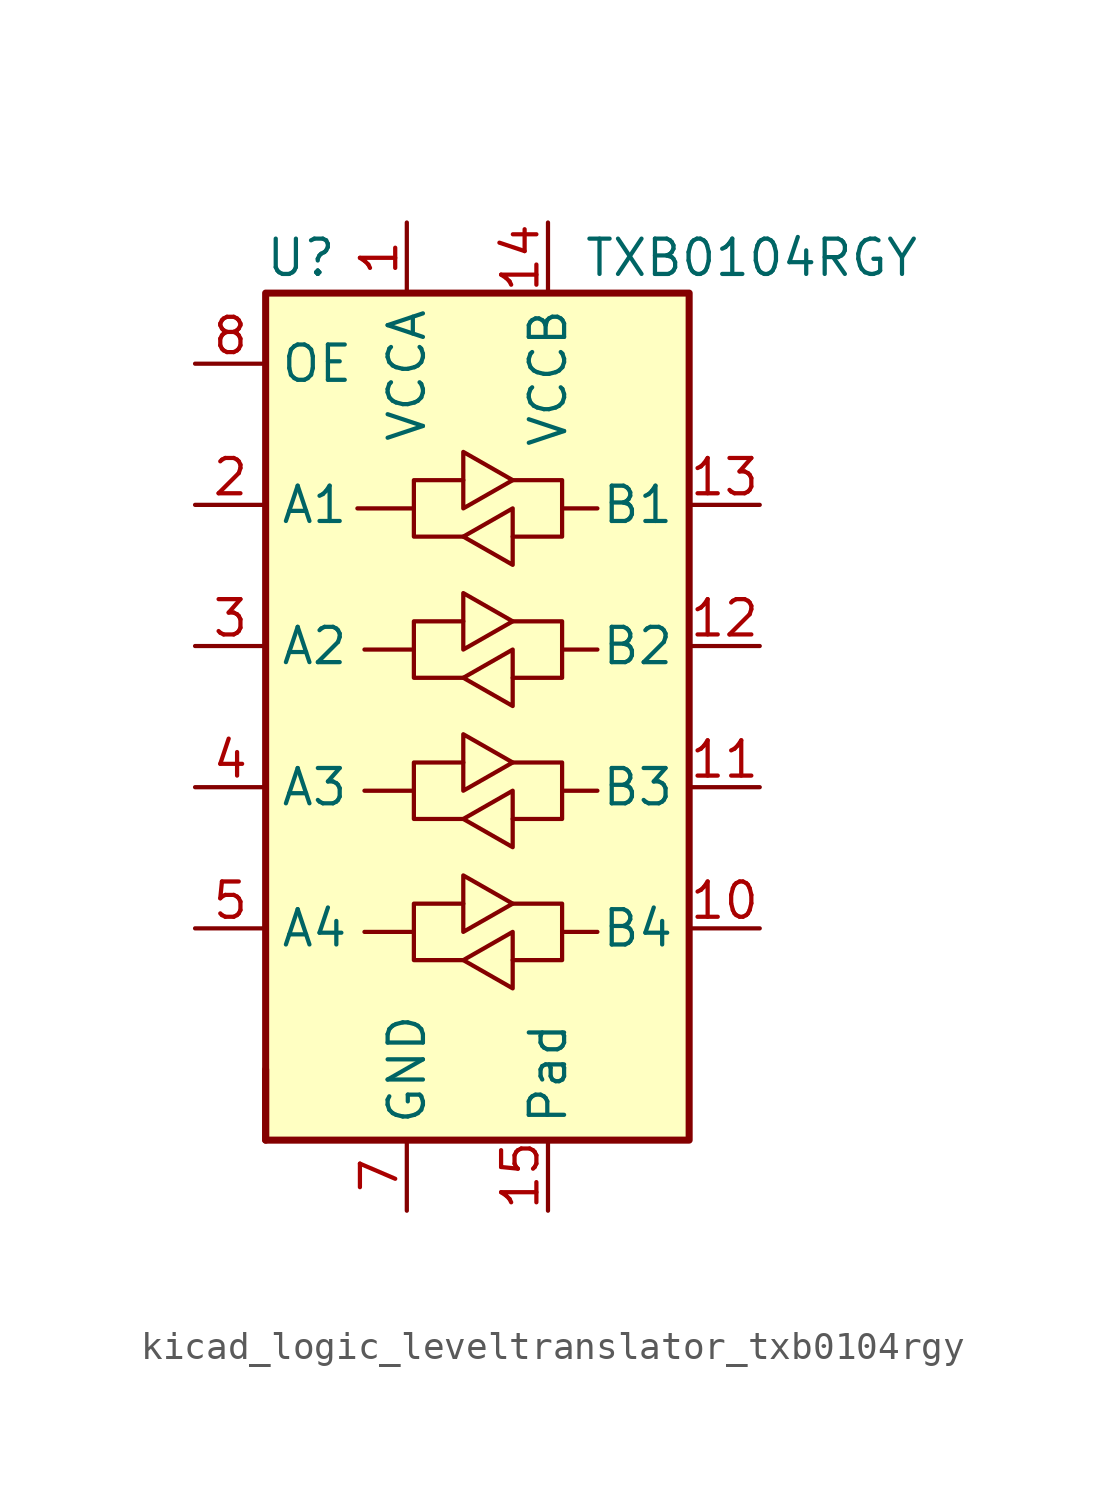
<source format=kicad_sym>
(kicad_symbol_lib
  (version 20220914)
  (generator kicad_symbol_editor)
  (symbol "kicad_logic_leveltranslator_txb0104rgy"
    (property "Reference" "U"
      (at -6.35 16.51 0)
      (effects (font (size 1.27 1.27))))
    (property "Value" "TXB0104RGY"
      (at 3.81 16.51 0)
      (effects (font (size 1.27 1.27)) (justify left)))
    (symbol "kicad_logic_leveltranslator_txb0104rgy_0_1"
      (rectangle (start -7.62 -15.24) (end -7.62 -12.7) (stroke (width 0.254) (type default)) (fill (type none)))
      (rectangle (start -7.62 15.24) (end 7.62 -15.24) (stroke (width 0.254) (type default)) (fill (type background)))
      (polyline (pts (xy -2.286 -7.747) (xy -2.286 -6.731) (xy -0.508 -6.731)) (stroke (width 0) (type default)) (fill (type none)))
      (polyline (pts (xy -2.286 -2.667) (xy -2.286 -1.651) (xy -0.508 -1.651)) (stroke (width 0) (type default)) (fill (type none)))
      (polyline (pts (xy -2.286 2.413) (xy -2.286 3.429) (xy -0.508 3.429)) (stroke (width 0) (type default)) (fill (type none)))
      (polyline (pts (xy -2.286 7.493) (xy -2.286 8.509) (xy -0.508 8.509)) (stroke (width 0) (type default)) (fill (type none)))
      (polyline (pts (xy 3.048 -7.747) (xy 3.048 -8.763) (xy 1.27 -8.763)) (stroke (width 0) (type default)) (fill (type none)))
      (polyline (pts (xy 3.048 -2.667) (xy 3.048 -3.683) (xy 1.27 -3.683)) (stroke (width 0) (type default)) (fill (type none)))
      (polyline (pts (xy 3.048 2.413) (xy 3.048 1.397) (xy 1.27 1.397)) (stroke (width 0) (type default)) (fill (type none)))
      (polyline (pts (xy 3.048 7.493) (xy 3.048 6.477) (xy 1.27 6.477)) (stroke (width 0) (type default)) (fill (type none)))
      (polyline (pts (xy -0.508 -8.763) (xy -2.286 -8.763) (xy -2.286 -7.747) (xy -4.064 -7.747)) (stroke (width 0) (type default)) (fill (type none)))
      (polyline (pts (xy -0.508 -8.763) (xy 1.27 -7.747) (xy 1.27 -9.779) (xy -0.508 -8.763)) (stroke (width 0) (type default)) (fill (type none)))
      (polyline (pts (xy -0.508 -3.683) (xy -2.286 -3.683) (xy -2.286 -2.667) (xy -4.064 -2.667)) (stroke (width 0) (type default)) (fill (type none)))
      (polyline (pts (xy -0.508 -3.683) (xy 1.27 -2.667) (xy 1.27 -4.699) (xy -0.508 -3.683)) (stroke (width 0) (type default)) (fill (type none)))
      (polyline (pts (xy -0.508 1.397) (xy -2.286 1.397) (xy -2.286 2.413) (xy -4.064 2.413)) (stroke (width 0) (type default)) (fill (type none)))
      (polyline (pts (xy -0.508 1.397) (xy 1.27 2.413) (xy 1.27 0.381) (xy -0.508 1.397)) (stroke (width 0) (type default)) (fill (type none)))
      (polyline (pts (xy -0.508 6.477) (xy -2.286 6.477) (xy -2.286 7.493) (xy -4.318 7.493)) (stroke (width 0) (type default)) (fill (type none)))
      (polyline (pts (xy -0.508 6.477) (xy 1.27 7.493) (xy 1.27 5.461) (xy -0.508 6.477)) (stroke (width 0) (type default)) (fill (type none)))
      (polyline (pts (xy 1.27 -6.731) (xy -0.508 -7.747) (xy -0.508 -5.715) (xy 1.27 -6.731)) (stroke (width 0) (type default)) (fill (type none)))
      (polyline (pts (xy 1.27 -6.731) (xy 3.048 -6.731) (xy 3.048 -7.747) (xy 4.318 -7.747)) (stroke (width 0) (type default)) (fill (type none)))
      (polyline (pts (xy 1.27 -1.651) (xy -0.508 -2.667) (xy -0.508 -0.635) (xy 1.27 -1.651)) (stroke (width 0) (type default)) (fill (type none)))
      (polyline (pts (xy 1.27 -1.651) (xy 3.048 -1.651) (xy 3.048 -2.667) (xy 4.318 -2.667)) (stroke (width 0) (type default)) (fill (type none)))
      (polyline (pts (xy 1.27 3.429) (xy -0.508 2.413) (xy -0.508 4.445) (xy 1.27 3.429)) (stroke (width 0) (type default)) (fill (type none)))
      (polyline (pts (xy 1.27 3.429) (xy 3.048 3.429) (xy 3.048 2.413) (xy 4.318 2.413)) (stroke (width 0) (type default)) (fill (type none)))
      (polyline (pts (xy 1.27 8.509) (xy -0.508 7.493) (xy -0.508 9.525) (xy 1.27 8.509)) (stroke (width 0) (type default)) (fill (type none)))
      (polyline (pts (xy 1.27 8.509) (xy 3.048 8.509) (xy 3.048 7.493) (xy 4.318 7.493)) (stroke (width 0) (type default)) (fill (type none))))
    (symbol "kicad_logic_leveltranslator_txb0104rgy_1_1"
      (pin power_in line (at -2.54 17.78 270) (length 2.54) (name "VCCA" (effects (font (size 1.27 1.27)))) (number "1" (effects (font (size 1.27 1.27)))))
      (pin bidirectional line (at 10.16 -7.62 180) (length 2.54) (name "B4" (effects (font (size 1.27 1.27)))) (number "10" (effects (font (size 1.27 1.27)))))
      (pin bidirectional line (at 10.16 -2.54 180) (length 2.54) (name "B3" (effects (font (size 1.27 1.27)))) (number "11" (effects (font (size 1.27 1.27)))))
      (pin bidirectional line (at 10.16 2.54 180) (length 2.54) (name "B2" (effects (font (size 1.27 1.27)))) (number "12" (effects (font (size 1.27 1.27)))))
      (pin bidirectional line (at 10.16 7.62 180) (length 2.54) (name "B1" (effects (font (size 1.27 1.27)))) (number "13" (effects (font (size 1.27 1.27)))))
      (pin power_in line (at 2.54 17.78 270) (length 2.54) (name "VCCB" (effects (font (size 1.27 1.27)))) (number "14" (effects (font (size 1.27 1.27)))))
      (pin input line (at 2.54 -17.78 90) (length 2.54) (name "Pad" (effects (font (size 1.27 1.27)))) (number "15" (effects (font (size 1.27 1.27)))))
      (pin bidirectional line (at -10.16 7.62 0) (length 2.54) (name "A1" (effects (font (size 1.27 1.27)))) (number "2" (effects (font (size 1.27 1.27)))))
      (pin bidirectional line (at -10.16 2.54 0) (length 2.54) (name "A2" (effects (font (size 1.27 1.27)))) (number "3" (effects (font (size 1.27 1.27)))))
      (pin bidirectional line (at -10.16 -2.54 0) (length 2.54) (name "A3" (effects (font (size 1.27 1.27)))) (number "4" (effects (font (size 1.27 1.27)))))
      (pin bidirectional line (at -10.16 -7.62 0) (length 2.54) (name "A4" (effects (font (size 1.27 1.27)))) (number "5" (effects (font (size 1.27 1.27)))))
      (pin no_connect line (at -7.62 -12.7 0) (length 2.54) hide (name "NC" (effects (font (size 1.27 1.27)))) (number "6" (effects (font (size 1.27 1.27)))))
      (pin power_in line (at -2.54 -17.78 90) (length 2.54) (name "GND" (effects (font (size 1.27 1.27)))) (number "7" (effects (font (size 1.27 1.27)))))
      (pin input line (at -10.16 12.7 0) (length 2.54) (name "OE" (effects (font (size 1.27 1.27)))) (number "8" (effects (font (size 1.27 1.27)))))
      (pin no_connect line (at 7.62 -12.7 180) (length 2.54) hide (name "NC" (effects (font (size 1.27 1.27)))) (number "9" (effects (font (size 1.27 1.27))))))))
</source>
